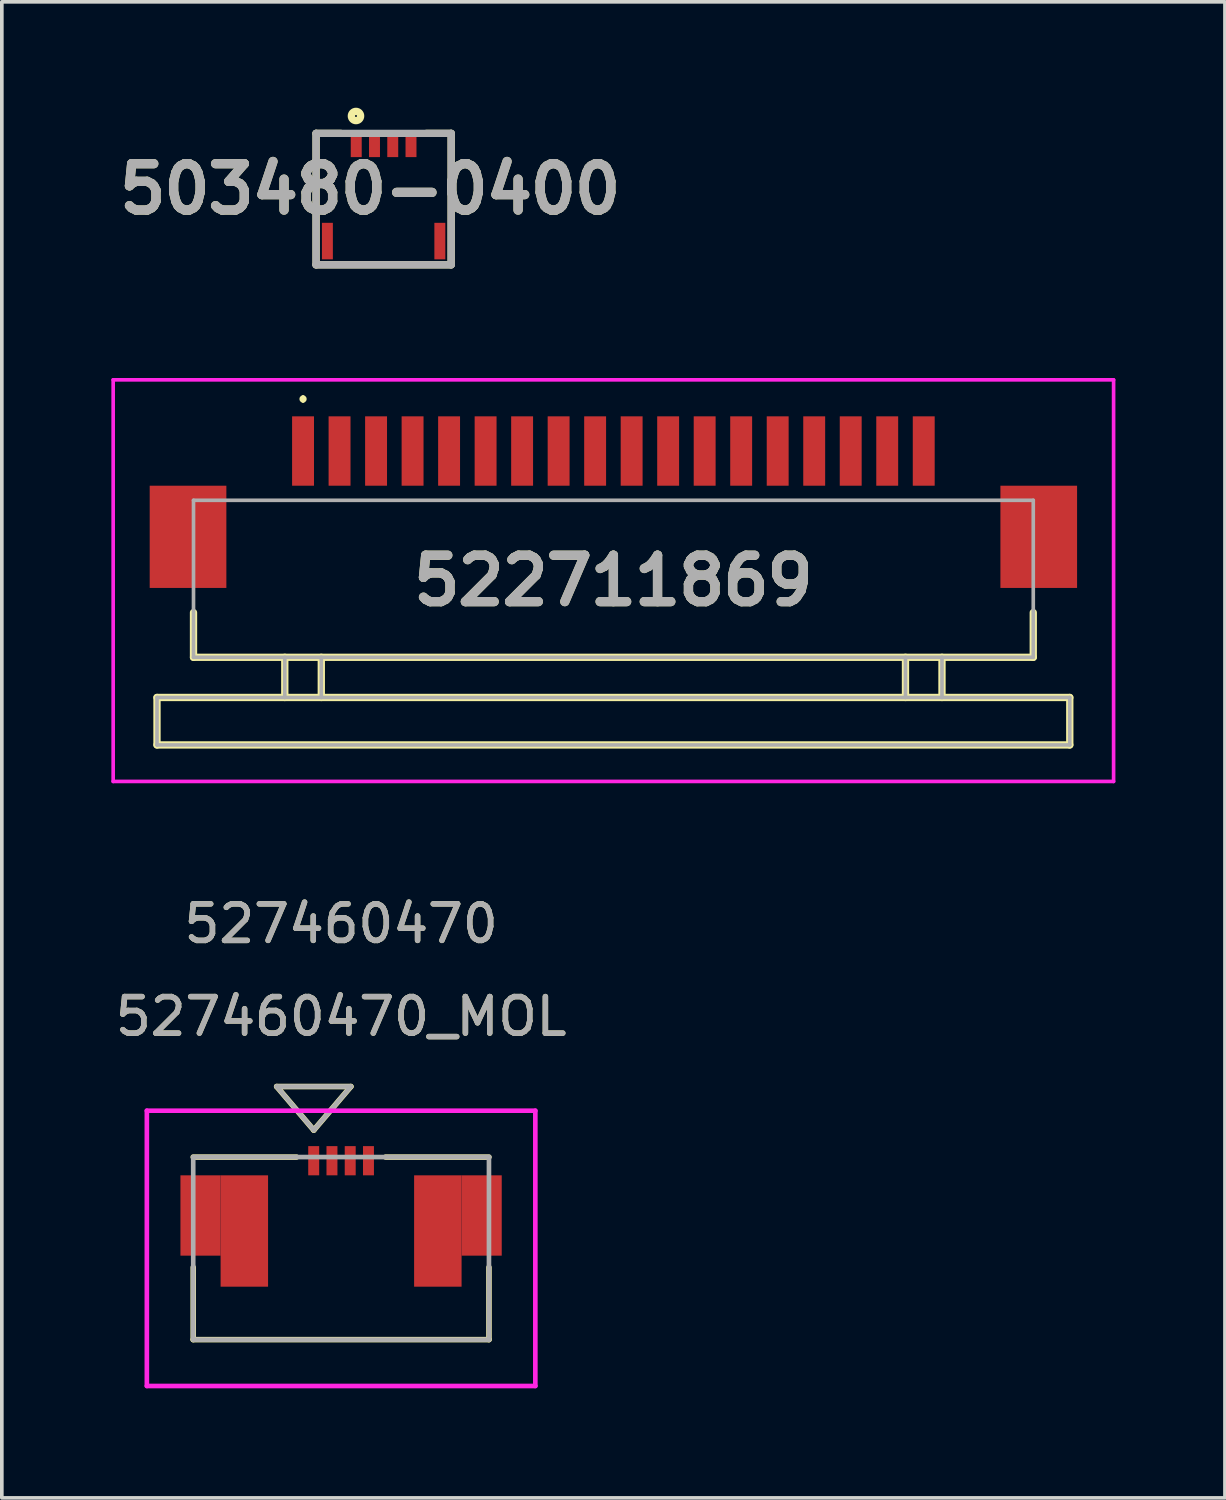
<source format=kicad_pcb>
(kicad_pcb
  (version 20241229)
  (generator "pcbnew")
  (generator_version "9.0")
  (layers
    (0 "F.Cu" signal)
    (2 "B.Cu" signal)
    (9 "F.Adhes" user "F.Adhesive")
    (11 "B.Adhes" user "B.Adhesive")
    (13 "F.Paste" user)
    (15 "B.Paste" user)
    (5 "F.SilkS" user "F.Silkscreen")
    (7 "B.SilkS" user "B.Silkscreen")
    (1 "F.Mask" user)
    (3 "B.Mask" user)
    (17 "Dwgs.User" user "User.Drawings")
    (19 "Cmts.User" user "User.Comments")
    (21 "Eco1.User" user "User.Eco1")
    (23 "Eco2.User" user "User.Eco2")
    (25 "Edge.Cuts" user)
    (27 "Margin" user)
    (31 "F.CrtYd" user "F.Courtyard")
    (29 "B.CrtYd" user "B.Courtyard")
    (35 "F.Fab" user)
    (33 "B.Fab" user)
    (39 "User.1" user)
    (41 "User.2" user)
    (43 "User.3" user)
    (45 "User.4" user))
  (footprint "522711869"
    (layer "F.Cu")
    (at 13.75 13.328)
    (property "Reference" "522711869" (at 0 -0.475 0) (layer "F.SilkS") (effects (font (size 1.27 1.27) (thickness 0.254))))
    (attr smd)
    (fp_line (start -12.5 2.725) (end 12.5 2.725) (stroke (width 0.2) (type solid)) (layer "F.SilkS"))
    (fp_line (start -12.5 4.025) (end -12.5 2.725) (stroke (width 0.2) (type solid)) (layer "F.SilkS"))
    (fp_line (start -11.5 0.4) (end -11.5 1.625) (stroke (width 0.2) (type solid)) (layer "F.SilkS"))
    (fp_line (start -11.5 1.625) (end 11.5 1.625) (stroke (width 0.2) (type solid)) (layer "F.SilkS"))
    (fp_line (start -9 1.625) (end -9 2.725) (stroke (width 0.2) (type solid)) (layer "F.SilkS"))
    (fp_line (start -8.5 -5.5) (end -8.5 -5.5) (stroke (width 0.1) (type solid)) (layer "F.SilkS"))
    (fp_line (start -8.5 -5.4) (end -8.5 -5.4) (stroke (width 0.1) (type solid)) (layer "F.SilkS"))
    (fp_line (start -8 1.625) (end -8 2.725) (stroke (width 0.2) (type solid)) (layer "F.SilkS"))
    (fp_line (start 8 1.625) (end 8 2.725) (stroke (width 0.2) (type solid)) (layer "F.SilkS"))
    (fp_line (start 9 1.625) (end 9 2.725) (stroke (width 0.2) (type solid)) (layer "F.SilkS"))
    (fp_line (start 11.5 1.625) (end 11.5 0.4) (stroke (width 0.2) (type solid)) (layer "F.SilkS"))
    (fp_line (start 12.5 2.725) (end 12.5 4.025) (stroke (width 0.2) (type solid)) (layer "F.SilkS"))
    (fp_line (start 12.5 4.025) (end -12.5 4.025) (stroke (width 0.2) (type solid)) (layer "F.SilkS"))
    (fp_arc (start -8.5 -5.5) (mid -8.45 -5.45) (end -8.5 -5.4) (stroke (width 0.1) (type solid)) (layer "F.SilkS"))
    (fp_arc (start -8.5 -5.4) (mid -8.55 -5.45) (end -8.5 -5.5) (stroke (width 0.1) (type solid)) (layer "F.SilkS"))
    (fp_line (start -13.7 -5.975) (end 13.7 -5.975) (stroke (width 0.1) (type solid)) (layer "F.CrtYd"))
    (fp_line (start -13.7 5.025) (end -13.7 -5.975) (stroke (width 0.1) (type solid)) (layer "F.CrtYd"))
    (fp_line (start 13.7 -5.975) (end 13.7 5.025) (stroke (width 0.1) (type solid)) (layer "F.CrtYd"))
    (fp_line (start 13.7 5.025) (end -13.7 5.025) (stroke (width 0.1) (type solid)) (layer "F.CrtYd"))
    (fp_line (start -12.5 2.725) (end 12.5 2.725) (stroke (width 0.1) (type solid)) (layer "F.Fab"))
    (fp_line (start -12.5 4.025) (end -12.5 2.725) (stroke (width 0.1) (type solid)) (layer "F.Fab"))
    (fp_line (start -11.5 -2.675) (end 11.5 -2.675) (stroke (width 0.1) (type solid)) (layer "F.Fab"))
    (fp_line (start -11.5 1.625) (end -11.5 -2.675) (stroke (width 0.1) (type solid)) (layer "F.Fab"))
    (fp_line (start -9 1.625) (end -9 2.725) (stroke (width 0.1) (type solid)) (layer "F.Fab"))
    (fp_line (start -8 1.625) (end -8 2.725) (stroke (width 0.1) (type solid)) (layer "F.Fab"))
    (fp_line (start 8 1.625) (end 8 2.725) (stroke (width 0.1) (type solid)) (layer "F.Fab"))
    (fp_line (start 9 1.625) (end 9 2.725) (stroke (width 0.1) (type solid)) (layer "F.Fab"))
    (fp_line (start 11.5 -2.675) (end 11.5 1.625) (stroke (width 0.1) (type solid)) (layer "F.Fab"))
    (fp_line (start 11.5 1.625) (end -11.5 1.625) (stroke (width 0.1) (type solid)) (layer "F.Fab"))
    (fp_line (start 12.5 2.725) (end 12.5 4.025) (stroke (width 0.1) (type solid)) (layer "F.Fab"))
    (fp_line (start 12.5 4.025) (end -12.5 4.025) (stroke (width 0.1) (type solid)) (layer "F.Fab"))
    (fp_text user "${REFERENCE}" (at 0 -0.475 0) (layer "F.Fab") (effects (font (size 1.27 1.27) (thickness 0.254))))
    (pad "1" smd rect (at -8.5 -4.025) (size 0.6 1.9) (layers "F.Cu" "F.Mask" "F.Paste"))
    (pad "2" smd rect (at -7.5 -4.025) (size 0.6 1.9) (layers "F.Cu" "F.Mask" "F.Paste"))
    (pad "3" smd rect (at -6.5 -4.025) (size 0.6 1.9) (layers "F.Cu" "F.Mask" "F.Paste"))
    (pad "4" smd rect (at -5.5 -4.025) (size 0.6 1.9) (layers "F.Cu" "F.Mask" "F.Paste"))
    (pad "5" smd rect (at -4.5 -4.025) (size 0.6 1.9) (layers "F.Cu" "F.Mask" "F.Paste"))
    (pad "6" smd rect (at -3.5 -4.025) (size 0.6 1.9) (layers "F.Cu" "F.Mask" "F.Paste"))
    (pad "7" smd rect (at -2.5 -4.025) (size 0.6 1.9) (layers "F.Cu" "F.Mask" "F.Paste"))
    (pad "8" smd rect (at -1.5 -4.025) (size 0.6 1.9) (layers "F.Cu" "F.Mask" "F.Paste"))
    (pad "9" smd rect (at -0.5 -4.025) (size 0.6 1.9) (layers "F.Cu" "F.Mask" "F.Paste"))
    (pad "10" smd rect (at 0.5 -4.025) (size 0.6 1.9) (layers "F.Cu" "F.Mask" "F.Paste"))
    (pad "11" smd rect (at 1.5 -4.025) (size 0.6 1.9) (layers "F.Cu" "F.Mask" "F.Paste"))
    (pad "12" smd rect (at 2.5 -4.025) (size 0.6 1.9) (layers "F.Cu" "F.Mask" "F.Paste"))
    (pad "13" smd rect (at 3.5 -4.025) (size 0.6 1.9) (layers "F.Cu" "F.Mask" "F.Paste"))
    (pad "14" smd rect (at 4.5 -4.025) (size 0.6 1.9) (layers "F.Cu" "F.Mask" "F.Paste"))
    (pad "15" smd rect (at 5.5 -4.025) (size 0.6 1.9) (layers "F.Cu" "F.Mask" "F.Paste"))
    (pad "16" smd rect (at 6.5 -4.025) (size 0.6 1.9) (layers "F.Cu" "F.Mask" "F.Paste"))
    (pad "17" smd rect (at 7.5 -4.025) (size 0.6 1.9) (layers "F.Cu" "F.Mask" "F.Paste"))
    (pad "18" smd rect (at 8.5 -4.025) (size 0.6 1.9) (layers "F.Cu" "F.Mask" "F.Paste"))
    (pad "MP1" smd rect (at -11.65 -1.675) (size 2.1 2.8) (layers "F.Cu" "F.Mask" "F.Paste"))
    (pad "MP2" smd rect (at 11.65 -1.675) (size 2.1 2.8) (layers "F.Cu" "F.Mask" "F.Paste")))
  (footprint "527460470_MOL"
    (layer "F.Cu")
    (at 6.292 31.141)
    (property "Reference" "527460470_MOL" (at 0 -6.35 0) (unlocked yes) (layer "F.SilkS") (effects (font (size 1 1) (thickness 0.15))))
    (attr smd)
    (fp_poly (pts (xy -3.3 -2) (xy -4.4 -2) (xy -4.4 0.2) (xy -3.3 0.2)) (stroke (width 0) (type solid)) (fill yes) (layer "F.Cu"))
    (fp_poly (pts (xy 3.3 -2) (xy 4.4 -2) (xy 4.4 0.2) (xy 3.3 0.2)) (stroke (width 0) (type solid)) (fill yes) (layer "F.Cu"))
    (fp_poly (pts (xy -3.3 -2) (xy -4.4 -2) (xy -4.4 0.2) (xy -3.3 0.2)) (stroke (width 0) (type solid)) (fill yes) (layer "F.Mask"))
    (fp_poly (pts (xy 3.3 -2) (xy 4.4 -2) (xy 4.4 0.2) (xy 3.3 0.2)) (stroke (width 0) (type solid)) (fill yes) (layer "F.Mask"))
    (fp_line (start -4.05 0.52) (end -4.05 2.5) (stroke (width 0.152) (type solid)) (layer "F.SilkS"))
    (fp_line (start -4.05 2.5) (end 4.05 2.5) (stroke (width 0.152) (type solid)) (layer "F.SilkS"))
    (fp_line (start -1.764 -4.432) (end -0.748 -3.238) (stroke (width 0.152) (type solid)) (layer "F.SilkS"))
    (fp_line (start -1.764 -4.432) (end 0.268 -4.432) (stroke (width 0.152) (type solid)) (layer "F.SilkS"))
    (fp_line (start -1.22 -2.5) (end -4.05 -2.5) (stroke (width 0.152) (type solid)) (layer "F.SilkS"))
    (fp_line (start 0.268 -4.432) (end -0.748 -3.238) (stroke (width 0.152) (type solid)) (layer "F.SilkS"))
    (fp_line (start 4.05 -2.5) (end 1.22 -2.5) (stroke (width 0.152) (type solid)) (layer "F.SilkS"))
    (fp_line (start 4.05 2.5) (end 4.05 0.52) (stroke (width 0.152) (type solid)) (layer "F.SilkS"))
    (fp_poly (pts (xy -3.3 -2) (xy -4.4 -2) (xy -4.4 0.2) (xy -3.3 0.2)) (stroke (width 0) (type solid)) (fill yes) (layer "F.Paste"))
    (fp_poly (pts (xy 3.3 -2) (xy 4.4 -2) (xy 4.4 0.2) (xy 3.3 0.2)) (stroke (width 0) (type solid)) (fill yes) (layer "F.Paste"))
    (fp_line (start -5.32 -3.77) (end -5.32 3.77) (stroke (width 0.127) (type solid)) (layer "F.CrtYd"))
    (fp_line (start -5.32 3.77) (end 5.32 3.77) (stroke (width 0.127) (type solid)) (layer "F.CrtYd"))
    (fp_line (start 5.32 -3.77) (end -5.32 -3.77) (stroke (width 0.127) (type solid)) (layer "F.CrtYd"))
    (fp_line (start 5.32 3.77) (end 5.32 -3.77) (stroke (width 0.127) (type solid)) (layer "F.CrtYd"))
    (fp_line (start -4.05 -2.5) (end -4.05 2.5) (stroke (width 0.127) (type solid)) (layer "F.Fab"))
    (fp_line (start -4.05 2.5) (end 4.05 2.5) (stroke (width 0.127) (type solid)) (layer "F.Fab"))
    (fp_line (start -1.764 -4.432) (end -0.748 -3.238) (stroke (width 0.127) (type solid)) (layer "F.Fab"))
    (fp_line (start -1.764 -4.432) (end 0.268 -4.432) (stroke (width 0.127) (type solid)) (layer "F.Fab"))
    (fp_line (start 0.268 -4.432) (end -0.748 -3.238) (stroke (width 0.127) (type solid)) (layer "F.Fab"))
    (fp_line (start 4.05 -2.5) (end -4.05 -2.5) (stroke (width 0.127) (type solid)) (layer "F.Fab"))
    (fp_line (start 4.05 2.5) (end 4.05 -2.5) (stroke (width 0.127) (type solid)) (layer "F.Fab"))
    (fp_text user "527460470" (at 0 -8.89 0) (unlocked yes) (layer "F.SilkS") (effects (font (size 1 1) (thickness 0.15))))
    (fp_text user "527460470" (at 0 -8.89 0) (unlocked yes) (layer "F.Fab") (effects (font (size 1 1) (thickness 0.15))))
    (fp_text user "${REFERENCE}" (at 0 -6.35 0) (unlocked yes) (layer "F.Fab") (effects (font (size 1 1) (thickness 0.15))))
    (pad "1" smd rect (at -0.75 -2.4) (size 0.3 0.8) (layers "F.Cu" "F.Mask" "F.Paste"))
    (pad "2" smd rect (at -0.25 -2.4) (size 0.3 0.8) (layers "F.Cu" "F.Mask" "F.Paste"))
    (pad "3" smd rect (at 0.25 -2.4) (size 0.3 0.8) (layers "F.Cu" "F.Mask" "F.Paste"))
    (pad "4" smd rect (at 0.75 -2.4) (size 0.3 0.8) (layers "F.Cu" "F.Mask" "F.Paste"))
    (pad "P1" smd rect (at -2.65 -0.475) (size 1.3 3.05) (layers "F.Cu" "F.Mask" "F.Paste"))
    (pad "P2" smd rect (at 2.65 -0.475) (size 1.3 3.05) (layers "F.Cu" "F.Mask" "F.Paste")))
  (footprint "503480-0400"
    (layer "F.Cu")
    (at 7.457 0.603)
    (property "Reference" "503480-0400" (at -0.369 1.526 0) (layer "F.SilkS") (effects (font (size 1.27 1.27) (thickness 0.254))))
    (attr smd)
    (fp_line (start -1.85 0) (end -1.85 3.6) (stroke (width 0.2) (type solid)) (layer "F.SilkS"))
    (fp_line (start -1.85 0) (end -1.172 0) (stroke (width 0.2) (type solid)) (layer "F.SilkS"))
    (fp_line (start -1.85 3.6) (end 1.85 3.6) (stroke (width 0.2) (type solid)) (layer "F.SilkS"))
    (fp_line (start 1.85 0) (end 1.172 0) (stroke (width 0.2) (type solid)) (layer "F.SilkS"))
    (fp_line (start 1.85 3.6) (end 1.85 0) (stroke (width 0.2) (type solid)) (layer "F.SilkS"))
    (fp_circle (center -0.757 -0.476) (end -0.757 -0.449) (stroke (width 0.2) (type solid)) (fill no) (layer "F.SilkS"))
    (fp_line (start -1.85 0) (end 1.85 0) (stroke (width 0.2) (type solid)) (layer "F.Fab"))
    (fp_line (start -1.85 3.6) (end -1.85 0) (stroke (width 0.2) (type solid)) (layer "F.Fab"))
    (fp_line (start 1.85 0) (end 1.85 3.6) (stroke (width 0.2) (type solid)) (layer "F.Fab"))
    (fp_line (start 1.85 3.6) (end -1.85 3.6) (stroke (width 0.2) (type solid)) (layer "F.Fab"))
    (fp_text user "${REFERENCE}" (at -0.369 1.526 0) (layer "F.Fab") (effects (font (size 1.27 1.27) (thickness 0.254))))
    (pad "1" smd rect (at -0.75 0.3) (size 0.3 0.7) (layers "F.Cu" "F.Mask" "F.Paste"))
    (pad "2" smd rect (at -0.25 0.3) (size 0.3 0.7) (layers "F.Cu" "F.Mask" "F.Paste"))
    (pad "3" smd rect (at 0.25 0.3) (size 0.3 0.7) (layers "F.Cu" "F.Mask" "F.Paste"))
    (pad "4" smd rect (at 0.75 0.3) (size 0.3 0.7) (layers "F.Cu" "F.Mask" "F.Paste"))
    (pad "5" smd rect (at -1.54 2.95) (size 0.3 1) (layers "F.Cu" "F.Mask" "F.Paste"))
    (pad "6" smd rect (at 1.54 2.95) (size 0.3 1) (layers "F.Cu" "F.Mask" "F.Paste")))
  (gr_rect
    (start -3 -3)
    (end 30.5 37.975)
    (stroke (width 0.1) (type default))
    (fill no)
    (layer "Edge.Cuts")))
</source>
